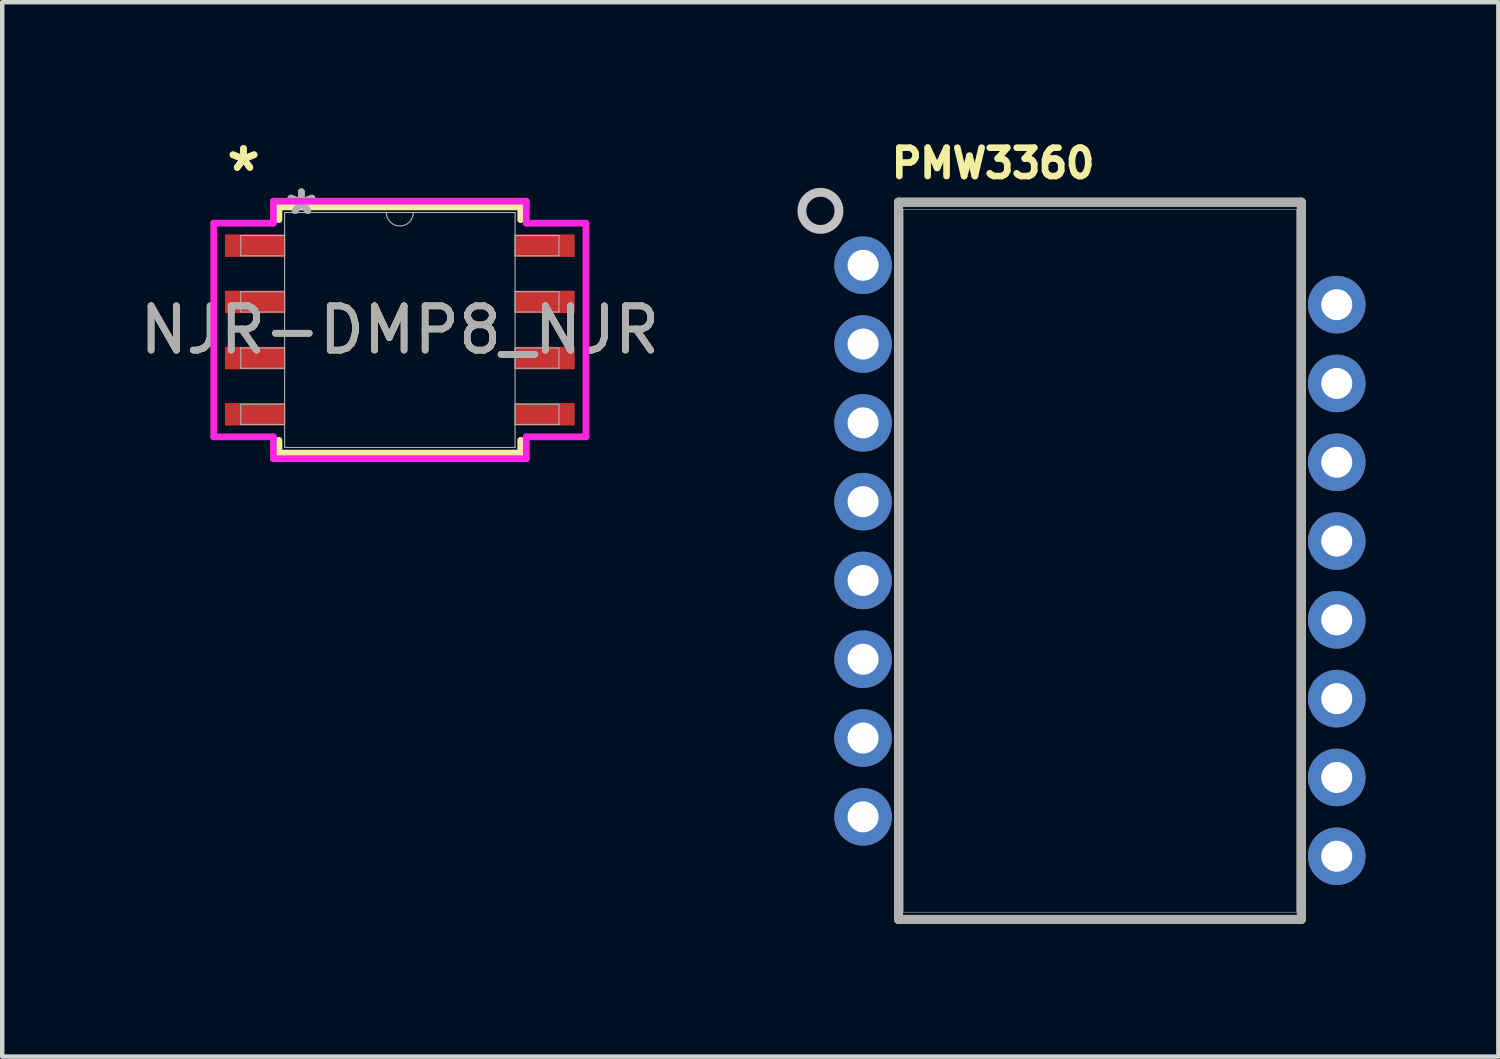
<source format=kicad_pcb>
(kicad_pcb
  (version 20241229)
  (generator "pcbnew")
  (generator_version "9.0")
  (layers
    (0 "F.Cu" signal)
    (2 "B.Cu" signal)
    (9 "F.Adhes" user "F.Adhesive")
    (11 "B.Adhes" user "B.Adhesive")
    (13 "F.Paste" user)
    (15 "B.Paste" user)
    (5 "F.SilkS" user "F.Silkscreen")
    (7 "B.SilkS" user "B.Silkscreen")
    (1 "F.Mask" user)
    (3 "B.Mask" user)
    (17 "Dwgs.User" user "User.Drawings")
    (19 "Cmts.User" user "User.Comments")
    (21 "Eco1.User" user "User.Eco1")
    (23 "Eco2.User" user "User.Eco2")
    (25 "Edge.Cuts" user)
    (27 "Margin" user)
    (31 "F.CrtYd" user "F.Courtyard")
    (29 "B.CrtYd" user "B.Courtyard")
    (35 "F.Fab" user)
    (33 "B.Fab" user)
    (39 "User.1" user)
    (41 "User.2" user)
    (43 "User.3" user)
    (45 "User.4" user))
  (footprint "PMW3360"
    (layer "F.Cu")
    (at 21.796 9.617)
    (property "Reference" "PMW3360" (at -2.413 -8.979 0) (layer "F.SilkS") (effects (font (size 0.64 0.64) (thickness 0.15))))
    (attr through_hole)
    (fp_line (start -4.55 -8.1) (end -4.55 8.1) (stroke (width 0.2) (type solid)) (layer "F.SilkS"))
    (fp_line (start -4.55 8.1) (end 4.55 8.1) (stroke (width 0.2) (type solid)) (layer "F.SilkS"))
    (fp_line (start 4.55 -8.1) (end -4.55 -8.1) (stroke (width 0.2) (type solid)) (layer "F.SilkS"))
    (fp_line (start 4.55 8.1) (end 4.55 -8.1) (stroke (width 0.2) (type solid)) (layer "F.SilkS"))
    (fp_circle (center -6.313 -7.904) (end -5.894 -7.904) (stroke (width 0.2) (type solid)) (fill no) (layer "Dwgs.User"))
    (fp_line (start -4.445 -7.938) (end 4.445 -7.938) (stroke (width 0.01) (type solid)) (layer "Edge.Cuts"))
    (fp_line (start -4.445 7.938) (end -4.445 -7.938) (stroke (width 0.01) (type solid)) (layer "Edge.Cuts"))
    (fp_line (start 4.445 -7.938) (end 4.445 7.938) (stroke (width 0.01) (type solid)) (layer "Edge.Cuts"))
    (fp_line (start 4.445 7.938) (end -4.445 7.938) (stroke (width 0.01) (type solid)) (layer "Edge.Cuts"))
    (fp_line (start -4.55 -8.1) (end 4.55 -8.1) (stroke (width 0.2) (type solid)) (layer "F.Fab"))
    (fp_line (start -4.55 8.1) (end -4.55 -8.1) (stroke (width 0.2) (type solid)) (layer "F.Fab"))
    (fp_line (start 4.55 -8.1) (end 4.55 8.1) (stroke (width 0.2) (type solid)) (layer "F.Fab"))
    (fp_line (start 4.55 8.1) (end -4.55 8.1) (stroke (width 0.2) (type solid)) (layer "F.Fab"))
    (pad "1" thru_hole circle (at -5.35 -6.675) (size 1.3 1.3) (drill 0.7) (layers "*.Cu" "*.Mask"))
    (pad "2" thru_hole circle (at -5.35 -4.895) (size 1.3 1.3) (drill 0.7) (layers "*.Cu" "*.Mask"))
    (pad "3" thru_hole circle (at -5.35 -3.115) (size 1.3 1.3) (drill 0.7) (layers "*.Cu" "*.Mask"))
    (pad "4" thru_hole circle (at -5.35 -1.335) (size 1.3 1.3) (drill 0.7) (layers "*.Cu" "*.Mask"))
    (pad "5" thru_hole circle (at -5.35 0.445) (size 1.3 1.3) (drill 0.7) (layers "*.Cu" "*.Mask"))
    (pad "6" thru_hole circle (at -5.35 2.225) (size 1.3 1.3) (drill 0.7) (layers "*.Cu" "*.Mask"))
    (pad "7" thru_hole circle (at -5.35 4.005) (size 1.3 1.3) (drill 0.7) (layers "*.Cu" "*.Mask"))
    (pad "8" thru_hole circle (at -5.35 5.785) (size 1.3 1.3) (drill 0.7) (layers "*.Cu" "*.Mask"))
    (pad "9" thru_hole circle (at 5.35 6.675) (size 1.3 1.3) (drill 0.7) (layers "*.Cu" "*.Mask"))
    (pad "10" thru_hole circle (at 5.35 4.895) (size 1.3 1.3) (drill 0.7) (layers "*.Cu" "*.Mask"))
    (pad "11" thru_hole circle (at 5.35 3.115) (size 1.3 1.3) (drill 0.7) (layers "*.Cu" "*.Mask"))
    (pad "12" thru_hole circle (at 5.35 1.335) (size 1.3 1.3) (drill 0.7) (layers "*.Cu" "*.Mask"))
    (pad "13" thru_hole circle (at 5.35 -0.445) (size 1.3 1.3) (drill 0.7) (layers "*.Cu" "*.Mask"))
    (pad "14" thru_hole circle (at 5.35 -2.225) (size 1.3 1.3) (drill 0.7) (layers "*.Cu" "*.Mask"))
    (pad "15" thru_hole circle (at 5.35 -4.005) (size 1.3 1.3) (drill 0.7) (layers "*.Cu" "*.Mask"))
    (pad "16" thru_hole circle (at 5.35 -5.785) (size 1.3 1.3) (drill 0.7) (layers "*.Cu" "*.Mask"))
    (zone (net_name "") (layer "F.Cu") (hatch full 0.508) (connect_pads) (min_thickness 0.127) (filled_areas_thickness no) (keepout (tracks not_allowed) (vias not_allowed) (pads not_allowed) (copperpour not_allowed) (footprints allowed)) (placement (enabled no)) (fill) (polygon (pts (xy 17.351 1.679) (xy 26.241 1.679) (xy 26.241 17.554) (xy 17.351 17.554))))
    (zone (net_name "") (layer "B.Cu") (hatch full 0.508) (connect_pads) (min_thickness 0.127) (filled_areas_thickness no) (keepout (tracks not_allowed) (vias not_allowed) (pads not_allowed) (copperpour not_allowed) (footprints allowed)) (placement (enabled no)) (fill) (polygon (pts (xy 17.351 1.679) (xy 26.241 1.679) (xy 26.241 17.554) (xy 17.351 17.554)))))
  (footprint "NJR-DMP8_NJR"
    (layer "F.Cu")
    (at 5.982 4.404)
    (property "Reference" "NJR-DMP8_NJR" (at 0 0 0) (unlocked yes) (layer "F.SilkS") (effects (font (size 1 1) (thickness 0.15))))
    (attr smd)
    (fp_line (start -2.731 -2.781) (end -2.731 -2.492) (stroke (width 0.152) (type solid)) (layer "F.SilkS"))
    (fp_line (start -2.731 2.492) (end -2.731 2.781) (stroke (width 0.152) (type solid)) (layer "F.SilkS"))
    (fp_line (start -2.731 2.781) (end 2.731 2.781) (stroke (width 0.152) (type solid)) (layer "F.SilkS"))
    (fp_line (start 2.731 -2.781) (end -2.731 -2.781) (stroke (width 0.152) (type solid)) (layer "F.SilkS"))
    (fp_line (start 2.731 -2.492) (end 2.731 -2.781) (stroke (width 0.152) (type solid)) (layer "F.SilkS"))
    (fp_line (start 2.731 2.781) (end 2.731 2.492) (stroke (width 0.152) (type solid)) (layer "F.SilkS"))
    (fp_line (start -4.204 -2.413) (end -2.857 -2.413) (stroke (width 0.152) (type solid)) (layer "F.CrtYd"))
    (fp_line (start -4.204 2.413) (end -4.204 -2.413) (stroke (width 0.152) (type solid)) (layer "F.CrtYd"))
    (fp_line (start -4.204 2.413) (end -2.857 2.413) (stroke (width 0.152) (type solid)) (layer "F.CrtYd"))
    (fp_line (start -2.857 -2.908) (end 2.857 -2.908) (stroke (width 0.152) (type solid)) (layer "F.CrtYd"))
    (fp_line (start -2.857 -2.413) (end -2.857 -2.908) (stroke (width 0.152) (type solid)) (layer "F.CrtYd"))
    (fp_line (start -2.857 2.908) (end -2.857 2.413) (stroke (width 0.152) (type solid)) (layer "F.CrtYd"))
    (fp_line (start 2.857 -2.908) (end 2.857 -2.413) (stroke (width 0.152) (type solid)) (layer "F.CrtYd"))
    (fp_line (start 2.857 2.413) (end 2.857 2.908) (stroke (width 0.152) (type solid)) (layer "F.CrtYd"))
    (fp_line (start 2.857 2.908) (end -2.857 2.908) (stroke (width 0.152) (type solid)) (layer "F.CrtYd"))
    (fp_line (start 4.204 -2.413) (end 2.857 -2.413) (stroke (width 0.152) (type solid)) (layer "F.CrtYd"))
    (fp_line (start 4.204 -2.413) (end 4.204 2.413) (stroke (width 0.152) (type solid)) (layer "F.CrtYd"))
    (fp_line (start 4.204 2.413) (end 2.857 2.413) (stroke (width 0.152) (type solid)) (layer "F.CrtYd"))
    (fp_line (start -3.594 -2.134) (end -3.594 -1.676) (stroke (width 0.025) (type solid)) (layer "F.Fab"))
    (fp_line (start -3.594 -1.676) (end -2.603 -1.676) (stroke (width 0.025) (type solid)) (layer "F.Fab"))
    (fp_line (start -3.594 -0.864) (end -3.594 -0.406) (stroke (width 0.025) (type solid)) (layer "F.Fab"))
    (fp_line (start -3.594 -0.406) (end -2.603 -0.406) (stroke (width 0.025) (type solid)) (layer "F.Fab"))
    (fp_line (start -3.594 0.406) (end -3.594 0.864) (stroke (width 0.025) (type solid)) (layer "F.Fab"))
    (fp_line (start -3.594 0.864) (end -2.603 0.864) (stroke (width 0.025) (type solid)) (layer "F.Fab"))
    (fp_line (start -3.594 1.676) (end -3.594 2.134) (stroke (width 0.025) (type solid)) (layer "F.Fab"))
    (fp_line (start -3.594 2.134) (end -2.603 2.134) (stroke (width 0.025) (type solid)) (layer "F.Fab"))
    (fp_line (start -2.603 -2.654) (end -2.603 2.654) (stroke (width 0.025) (type solid)) (layer "F.Fab"))
    (fp_line (start -2.603 -2.134) (end -3.594 -2.134) (stroke (width 0.025) (type solid)) (layer "F.Fab"))
    (fp_line (start -2.603 -1.676) (end -2.603 -2.134) (stroke (width 0.025) (type solid)) (layer "F.Fab"))
    (fp_line (start -2.603 -0.864) (end -3.594 -0.864) (stroke (width 0.025) (type solid)) (layer "F.Fab"))
    (fp_line (start -2.603 -0.406) (end -2.603 -0.864) (stroke (width 0.025) (type solid)) (layer "F.Fab"))
    (fp_line (start -2.603 0.406) (end -3.594 0.406) (stroke (width 0.025) (type solid)) (layer "F.Fab"))
    (fp_line (start -2.603 0.864) (end -2.603 0.406) (stroke (width 0.025) (type solid)) (layer "F.Fab"))
    (fp_line (start -2.603 1.676) (end -3.594 1.676) (stroke (width 0.025) (type solid)) (layer "F.Fab"))
    (fp_line (start -2.603 2.134) (end -2.603 1.676) (stroke (width 0.025) (type solid)) (layer "F.Fab"))
    (fp_line (start -2.603 2.654) (end 2.603 2.654) (stroke (width 0.025) (type solid)) (layer "F.Fab"))
    (fp_line (start 2.603 -2.654) (end -2.603 -2.654) (stroke (width 0.025) (type solid)) (layer "F.Fab"))
    (fp_line (start 2.603 -2.134) (end 2.603 -1.676) (stroke (width 0.025) (type solid)) (layer "F.Fab"))
    (fp_line (start 2.603 -1.676) (end 3.594 -1.676) (stroke (width 0.025) (type solid)) (layer "F.Fab"))
    (fp_line (start 2.603 -0.864) (end 2.603 -0.406) (stroke (width 0.025) (type solid)) (layer "F.Fab"))
    (fp_line (start 2.603 -0.406) (end 3.594 -0.406) (stroke (width 0.025) (type solid)) (layer "F.Fab"))
    (fp_line (start 2.603 0.406) (end 2.603 0.864) (stroke (width 0.025) (type solid)) (layer "F.Fab"))
    (fp_line (start 2.603 0.864) (end 3.594 0.864) (stroke (width 0.025) (type solid)) (layer "F.Fab"))
    (fp_line (start 2.603 1.676) (end 2.603 2.134) (stroke (width 0.025) (type solid)) (layer "F.Fab"))
    (fp_line (start 2.603 2.134) (end 3.594 2.134) (stroke (width 0.025) (type solid)) (layer "F.Fab"))
    (fp_line (start 2.603 2.654) (end 2.603 -2.654) (stroke (width 0.025) (type solid)) (layer "F.Fab"))
    (fp_line (start 3.594 -2.134) (end 2.603 -2.134) (stroke (width 0.025) (type solid)) (layer "F.Fab"))
    (fp_line (start 3.594 -1.676) (end 3.594 -2.134) (stroke (width 0.025) (type solid)) (layer "F.Fab"))
    (fp_line (start 3.594 -0.864) (end 2.603 -0.864) (stroke (width 0.025) (type solid)) (layer "F.Fab"))
    (fp_line (start 3.594 -0.406) (end 3.594 -0.864) (stroke (width 0.025) (type solid)) (layer "F.Fab"))
    (fp_line (start 3.594 0.406) (end 2.603 0.406) (stroke (width 0.025) (type solid)) (layer "F.Fab"))
    (fp_line (start 3.594 0.864) (end 3.594 0.406) (stroke (width 0.025) (type solid)) (layer "F.Fab"))
    (fp_line (start 3.594 1.676) (end 2.603 1.676) (stroke (width 0.025) (type solid)) (layer "F.Fab"))
    (fp_line (start 3.594 2.134) (end 3.594 1.676) (stroke (width 0.025) (type solid)) (layer "F.Fab"))
    (fp_arc (start 0.3048 -2.6543) (mid 0 -2.3495) (end -0.3048 -2.6543) (stroke (width 0.0254) (type solid)) (layer "F.Fab"))
    (fp_text user "*" (at -3.531 -3.556 0) (unlocked yes) (layer "F.SilkS") (effects (font (size 1 1) (thickness 0.15))))
    (fp_text user "*" (at -3.531 -3.556 0) (layer "F.SilkS") (effects (font (size 1 1) (thickness 0.15))))
    (fp_text user "${REFERENCE}" (at 0 0 0) (unlocked yes) (layer "F.Fab") (effects (font (size 1 1) (thickness 0.15))))
    (fp_text user "*" (at -2.223 -2.578 0) (unlocked yes) (layer "F.Fab") (effects (font (size 1 1) (thickness 0.15))))
    (fp_text user "*" (at -2.223 -2.578 0) (layer "F.Fab") (effects (font (size 1 1) (thickness 0.15))))
    (pad "1" smd rect (at -3.277 -1.905) (size 1.346 0.508) (layers "F.Cu" "F.Mask" "F.Paste"))
    (pad "2" smd rect (at -3.277 -0.635) (size 1.346 0.508) (layers "F.Cu" "F.Mask" "F.Paste"))
    (pad "3" smd rect (at -3.277 0.635) (size 1.346 0.508) (layers "F.Cu" "F.Mask" "F.Paste"))
    (pad "4" smd rect (at -3.277 1.905) (size 1.346 0.508) (layers "F.Cu" "F.Mask" "F.Paste"))
    (pad "5" smd rect (at 3.277 1.905) (size 1.346 0.508) (layers "F.Cu" "F.Mask" "F.Paste"))
    (pad "6" smd rect (at 3.277 0.635) (size 1.346 0.508) (layers "F.Cu" "F.Mask" "F.Paste"))
    (pad "7" smd rect (at 3.277 -0.635) (size 1.346 0.508) (layers "F.Cu" "F.Mask" "F.Paste"))
    (pad "8" smd rect (at 3.277 -1.905) (size 1.346 0.508) (layers "F.Cu" "F.Mask" "F.Paste")))
  (gr_rect
    (start -3 -3)
    (end 30.796 20.817)
    (stroke (width 0.1) (type default))
    (fill no)
    (layer "Edge.Cuts")))
</source>
